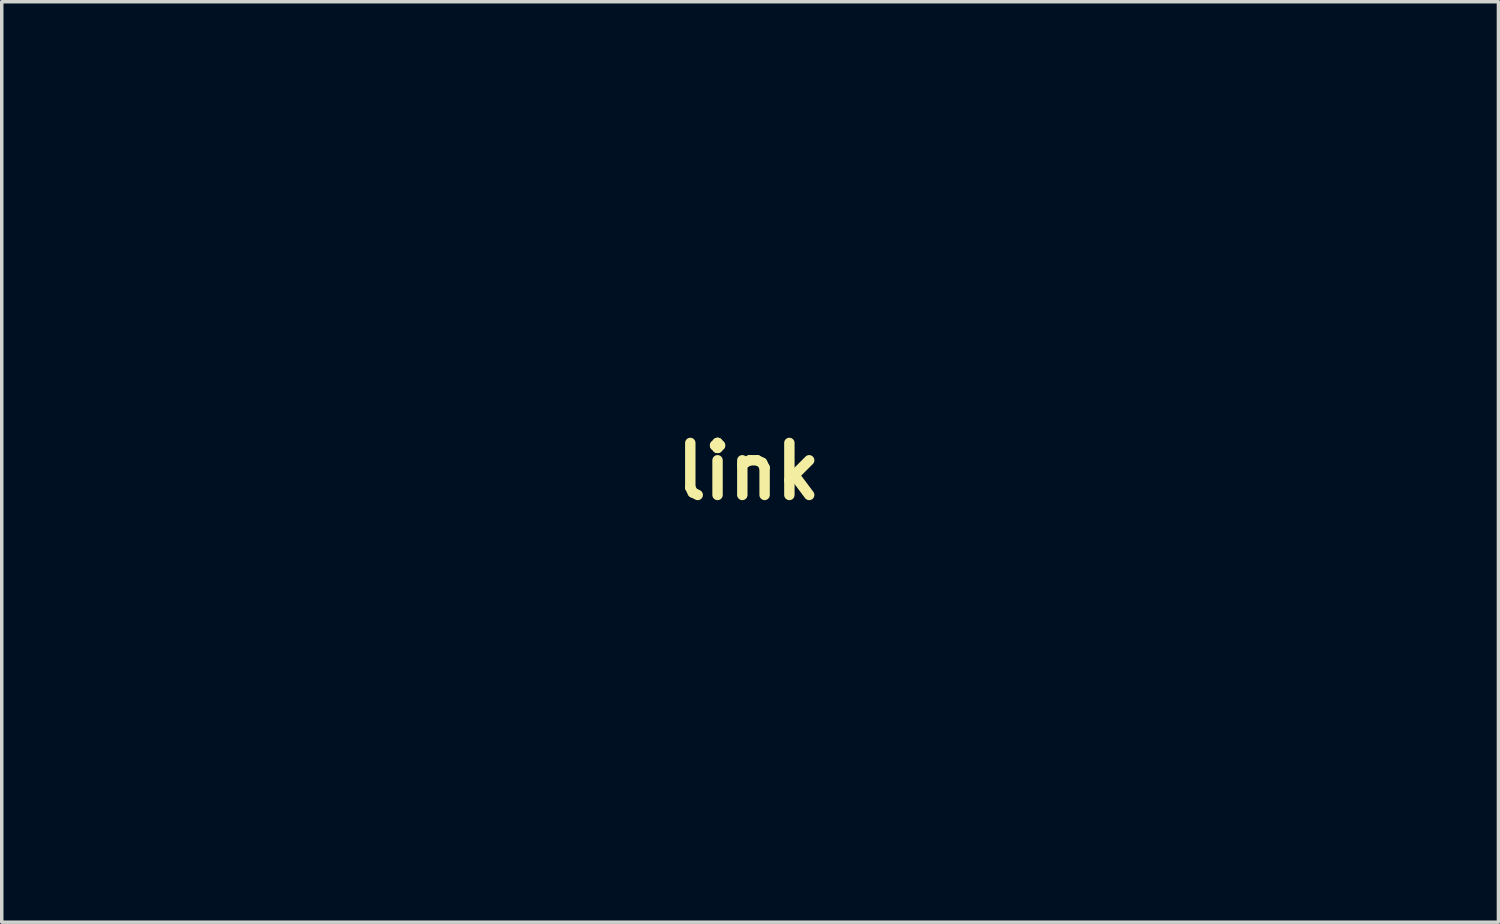
<source format=kicad_pcb>
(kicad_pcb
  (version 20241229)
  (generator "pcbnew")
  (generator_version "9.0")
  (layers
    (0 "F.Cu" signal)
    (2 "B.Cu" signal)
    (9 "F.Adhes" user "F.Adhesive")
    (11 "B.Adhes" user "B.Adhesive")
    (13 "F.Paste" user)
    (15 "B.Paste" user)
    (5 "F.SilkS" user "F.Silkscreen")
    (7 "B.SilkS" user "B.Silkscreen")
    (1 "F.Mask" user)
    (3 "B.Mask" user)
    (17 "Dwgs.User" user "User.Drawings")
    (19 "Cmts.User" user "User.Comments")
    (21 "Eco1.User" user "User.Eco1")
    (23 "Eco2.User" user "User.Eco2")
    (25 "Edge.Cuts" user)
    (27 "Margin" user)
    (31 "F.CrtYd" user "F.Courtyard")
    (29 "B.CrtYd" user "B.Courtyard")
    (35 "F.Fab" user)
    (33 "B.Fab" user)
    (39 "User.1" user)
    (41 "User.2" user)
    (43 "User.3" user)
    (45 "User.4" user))
  (footprint "link"
    (layer "F.Cu")
    (at 18.535 10.545)
    (property "Reference" "link" (at 0 0 0) (layer "F.SilkS") (effects (font (size 1.5 1.5) (thickness 0.3))))
    (attr board_only exclude_from_pos_files exclude_from_bom)
    (fp_poly (pts (xy -7.865 -7.347) (xy -7.836 -7.161) (xy -8.002 -6.788) (xy -8.375 -6.855) (xy -8.459 -6.928) (xy -8.514 -7.265) (xy -8.24 -7.538) (xy -8.09 -7.566)) (stroke (width 0) (type solid)) (fill yes) (layer "F.Mask"))
    (fp_poly (pts (xy -11.6 -9.123) (xy -11.541 -8.198) (xy -11.413 -7.428) (xy -11.325 -7.161) (xy -11.199 -7.05) (xy -11.15 -7.432) (xy -11.178 -8.327) (xy -11.192 -8.558) (xy -11.248 -9.457) (xy -10.496 -9.457) (xy -10.453 -9.074) (xy -10.359 -9.12) (xy -10.345 -9.345) (xy -9.436 -9.345) (xy -9.386 -8.994) (xy -9.294 -8.99) (xy -9.23 -9.352) (xy -9.273 -9.508) (xy -9.393 -9.61) (xy -9.436 -9.345) (xy -10.345 -9.345) (xy -10.324 -9.673) (xy -10.359 -9.795) (xy -10.458 -9.829) (xy -10.496 -9.457) (xy -11.248 -9.457) (xy -11.314 -10.496) (xy -9.913 -10.45) (xy -8.512 -10.403) (xy -8.512 -9.457) (xy -8.751 -7.94) (xy -9.409 -6.533) (xy -9.928 -5.877) (xy -10.431 -5.42) (xy -10.823 -5.172) (xy -11.007 -5.162) (xy -10.888 -5.422) (xy -10.715 -5.628) (xy -10.378 -6.362) (xy -10.299 -7.317) (xy -10.305 -7.55) (xy -9.728 -7.55) (xy -9.641 -7.304) (xy -9.442 -7.519) (xy -9.354 -7.715) (xy -9.335 -7.994) (xy -9.461 -7.969) (xy -9.718 -7.623) (xy -9.728 -7.55) (xy -10.305 -7.55) (xy -10.33 -8.512) (xy -10.529 -7.485) (xy -10.802 -6.53) (xy -11.133 -6.109) (xy -11.497 -6.22) (xy -11.872 -6.861) (xy -12.111 -7.566) (xy -12.264 -8.073) (xy -12.348 -8.184) (xy -12.386 -7.852) (xy -12.405 -7.027) (xy -12.405 -7.01) (xy -12.489 -6.048) (xy -12.676 -5.266) (xy -12.816 -4.983) (xy -13.034 -4.716) (xy -13.199 -4.667) (xy -13.348 -4.909) (xy -13.522 -5.515) (xy -13.759 -6.558) (xy -13.773 -6.62) (xy -13.24 -6.62) (xy -13.19 -5.862) (xy -13.05 -5.532) (xy -12.97 -5.539) (xy -12.786 -5.899) (xy -12.701 -6.552) (xy -12.7 -6.62) (xy -12.773 -7.288) (xy -12.95 -7.686) (xy -12.97 -7.701) (xy -13.141 -7.572) (xy -13.231 -6.983) (xy -13.24 -6.62) (xy -13.773 -6.62) (xy -13.832 -6.89) (xy -14.185 -8.512) (xy -14.321 -6.35) (xy -14.456 -4.188) (xy -14.666 -5.539) (xy -14.831 -6.604) (xy -14.994 -7.66) (xy -15.042 -7.971) (xy -15.163 -8.608) (xy -15.279 -8.762) (xy -15.421 -8.512) (xy -15.545 -7.953) (xy -15.642 -7.074) (xy -15.68 -6.35) (xy -15.721 -5.506) (xy -15.788 -5.159) (xy -15.893 -5.266) (xy -15.943 -5.404) (xy -16.095 -5.843) (xy -16.16 -5.8) (xy -16.19 -5.269) (xy -16.305 -4.542) (xy -16.507 -4.053) (xy -16.671 -3.919) (xy -16.686 -4.233) (xy -16.621 -4.688) (xy -16.563 -5.329) (xy -16.647 -5.587) (xy -16.697 -5.574) (xy -17.037 -5.642) (xy -17.493 -6.032) (xy -17.736 -6.35) (xy -16.213 -6.35) (xy -16.078 -6.215) (xy -15.943 -6.35) (xy -16.078 -6.485) (xy -16.213 -6.35) (xy -17.736 -6.35) (xy -17.924 -6.595) (xy -17.936 -6.62) (xy -17.023 -6.62) (xy -16.888 -6.485) (xy -16.753 -6.62) (xy -16.888 -6.755) (xy -17.023 -6.62) (xy -17.936 -6.62) (xy -18.183 -7.161) (xy -18.285 -7.566) (xy -16.44 -7.566) (xy -16.398 -7.182) (xy -16.304 -7.228) (xy -16.268 -7.781) (xy -16.304 -7.904) (xy -16.403 -7.938) (xy -16.44 -7.566) (xy -18.285 -7.566) (xy -18.42 -8.106) (xy -17.564 -8.106) (xy -17.429 -7.637) (xy -17.099 -7.612) (xy -16.952 -7.727) (xy -16.89 -8.092) (xy -17.08 -8.504) (xy -17.323 -8.647) (xy -17.519 -8.42) (xy -17.564 -8.106) (xy -18.42 -8.106) (xy -18.439 -8.182) (xy -18.531 -8.782) (xy -15.943 -8.782) (xy -15.807 -8.647) (xy -15.672 -8.782) (xy -15.807 -8.917) (xy -15.943 -8.782) (xy -18.531 -8.782) (xy -18.535 -8.81) (xy -18.449 -9.174) (xy -18.432 -9.187) (xy -16.753 -9.187) (xy -16.654 -8.965) (xy -16.573 -9.007) (xy -16.555 -9.187) (xy -13.511 -9.187) (xy -13.397 -8.748) (xy -13.24 -8.647) (xy -13.021 -8.873) (xy -12.992 -9.052) (xy -12.43 -9.052) (xy -12.295 -8.917) (xy -12.16 -9.052) (xy -12.295 -9.187) (xy -12.43 -9.052) (xy -12.992 -9.052) (xy -12.97 -9.187) (xy -13.083 -9.626) (xy -13.24 -9.728) (xy -13.46 -9.501) (xy -13.511 -9.187) (xy -16.555 -9.187) (xy -16.541 -9.328) (xy -16.573 -9.367) (xy -16.734 -9.33) (xy -16.753 -9.187) (xy -18.432 -9.187) (xy -18.158 -9.403) (xy -17.774 -9.57) (xy -17.004 -9.804) (xy -15.97 -10.018) (xy -15.267 -10.12) (xy -14.181 -10.245) (xy -13.142 -10.366) (xy -12.632 -10.426) (xy -11.619 -10.545)) (stroke (width 0) (type solid)) (fill yes) (layer "F.Mask"))
    (fp_poly (pts (xy -4.47 -10.095) (xy -4.089 -9.721) (xy -4.062 -9.66) (xy -3.879 -9.292) (xy -3.806 -9.422) (xy -3.8 -9.525) (xy -3.647 -9.94) (xy -3.318 -9.907) (xy -2.994 -9.525) (xy -2.776 -9.282) (xy -2.71 -9.39) (xy -2.533 -9.692) (xy -2.188 -9.689) (xy -1.921 -9.42) (xy -1.891 -9.253) (xy -1.962 -8.675) (xy -2.133 -7.905) (xy -2.153 -7.834) (xy -2.308 -7.234) (xy -2.281 -7.09) (xy -2.039 -7.339) (xy -1.95 -7.446) (xy -1.432 -8.113) (xy -1.045 -8.661) (xy -0.603 -9.322) (xy 0.847 -8.815) (xy 2.612 -8.146) (xy 3.971 -7.523) (xy 4.887 -6.966) (xy 5.319 -6.495) (xy 5.338 -6.44) (xy 5.504 -6.099) (xy 5.687 -6.236) (xy 5.942 -6.411) (xy 6.324 -6.144) (xy 6.327 -6.141) (xy 6.93 -5.704) (xy 7.297 -5.539) (xy 7.768 -5.201) (xy 7.746 -4.682) (xy 7.498 -4.317) (xy 7.428 -4.188) (xy 7.708 -4.389) (xy 7.755 -4.428) (xy 8.106 -4.687) (xy 8.41 -4.732) (xy 8.813 -4.519) (xy 9.465 -4.008) (xy 9.579 -3.915) (xy 10.238 -3.346) (xy 10.684 -2.905) (xy 10.809 -2.722) (xy 10.662 -2.408) (xy 10.294 -1.844) (xy 10.133 -1.621) (xy 9.716 -1.04) (xy 9.479 -0.675) (xy 9.457 -0.627) (xy 9.675 -0.688) (xy 10.234 -0.93) (xy 10.704 -1.152) (xy 11.95 -1.756) (xy 13 -0.573) (xy 13.586 0.191) (xy 13.965 0.893) (xy 14.051 1.242) (xy 14.163 1.706) (xy 14.426 1.731) (xy 14.828 1.836) (xy 15.315 2.312) (xy 15.368 2.385) (xy 15.936 3.182) (xy 14.453 3.784) (xy 13.662 4.142) (xy 13.124 4.457) (xy 12.97 4.625) (xy 13.121 4.851) (xy 13.555 4.643) (xy 13.827 4.417) (xy 14.209 4.181) (xy 14.313 4.319) (xy 14.1 4.72) (xy 13.984 4.858) (xy 13.981 4.922) (xy 14.324 4.7) (xy 14.765 4.371) (xy 15.426 3.886) (xy 15.903 3.575) (xy 16.044 3.513) (xy 16.302 3.744) (xy 16.626 4.319) (xy 16.938 5.057) (xy 17.166 5.781) (xy 17.233 6.312) (xy 17.227 6.35) (xy 17.226 6.788) (xy 17.533 6.84) (xy 17.608 6.822) (xy 18.009 6.879) (xy 18.091 7.241) (xy 17.831 7.76) (xy 17.766 7.837) (xy 17.571 8.078) (xy 17.758 7.967) (xy 17.878 7.878) (xy 18.308 7.687) (xy 18.513 7.841) (xy 18.626 8.162) (xy 18.604 8.212) (xy 18.142 8.5) (xy 17.422 8.897) (xy 16.599 9.325) (xy 15.832 9.701) (xy 15.278 9.947) (xy 15.107 9.998) (xy 15.095 9.84) (xy 15.414 9.441) (xy 15.644 9.214) (xy 16.161 8.694) (xy 16.457 8.328) (xy 16.483 8.261) (xy 16.281 8.253) (xy 15.778 8.457) (xy 15.129 8.797) (xy 14.488 9.195) (xy 14.186 9.417) (xy 14.045 9.488) (xy 14.236 9.226) (xy 14.591 8.826) (xy 15.132 8.232) (xy 15.324 7.961) (xy 15.188 7.942) (xy 14.786 8.085) (xy 13.976 8.28) (xy 13.34 8.312) (xy 12.951 8.261) (xy 12.874 8.134) (xy 13.028 7.964) (xy 13.511 7.964) (xy 13.717 7.985) (xy 14.201 7.838) (xy 14.528 7.701) (xy 15.672 7.701) (xy 15.807 7.836) (xy 15.943 7.701) (xy 15.807 7.566) (xy 15.672 7.701) (xy 14.528 7.701) (xy 14.758 7.605) (xy 15.184 7.365) (xy 15.283 7.269) (xy 15.312 7.037) (xy 15.27 7.026) (xy 14.926 7.138) (xy 14.38 7.402) (xy 13.845 7.703) (xy 13.53 7.929) (xy 13.511 7.964) (xy 13.028 7.964) (xy 13.145 7.836) (xy 13.686 7.366) (xy 14.363 6.787) (xy 15.943 6.787) (xy 16.109 6.934) (xy 16.213 6.89) (xy 16.473 6.532) (xy 16.483 6.453) (xy 16.316 6.307) (xy 16.213 6.35) (xy 15.953 6.708) (xy 15.943 6.787) (xy 14.363 6.787) (xy 14.727 6.477) (xy 13.722 6.886) (xy 12.934 7.19) (xy 12.556 7.272) (xy 12.508 7.141) (xy 12.593 6.98) (xy 12.607 6.78) (xy 12.301 6.851) (xy 11.973 6.936) (xy 12.074 6.729) (xy 12.923 6.729) (xy 13.28 6.669) (xy 13.925 6.319) (xy 14.209 6.08) (xy 15.402 6.08) (xy 15.537 6.215) (xy 15.672 6.08) (xy 15.537 5.945) (xy 15.402 6.08) (xy 14.209 6.08) (xy 14.417 5.904) (xy 14.6 5.559) (xy 14.576 5.539) (xy 15.943 5.539) (xy 16.078 5.674) (xy 16.213 5.539) (xy 16.078 5.404) (xy 15.943 5.539) (xy 14.576 5.539) (xy 14.414 5.406) (xy 14.389 5.406) (xy 14.067 5.563) (xy 13.524 5.952) (xy 13.376 6.071) (xy 12.933 6.52) (xy 12.923 6.729) (xy 12.074 6.729) (xy 12.078 6.72) (xy 12.156 6.624) (xy 12.374 6) (xy 12.363 5.026) (xy 15.234 5.026) (xy 15.357 5.12) (xy 15.78 4.965) (xy 15.935 4.874) (xy 16.202 4.593) (xy 16.185 4.476) (xy 15.887 4.504) (xy 15.518 4.723) (xy 15.234 5.026) (xy 12.363 5.026) (xy 12.362 4.994) (xy 12.304 4.238) (xy 12.398 3.851) (xy 12.713 3.666) (xy 12.936 3.607) (xy 13.861 3.312) (xy 14.381 2.982) (xy 14.437 2.671) (xy 14.133 2.611) (xy 13.742 2.872) (xy 13.372 3.188) (xy 13.309 3.132) (xy 13.405 2.859) (xy 13.445 2.614) (xy 13.221 2.651) (xy 12.658 2.989) (xy 12.516 3.082) (xy 11.818 3.487) (xy 11.045 3.852) (xy 10.344 4.12) (xy 9.861 4.234) (xy 9.728 4.179) (xy 9.887 3.93) (xy 10.069 3.697) (xy 10.661 3.697) (xy 10.944 3.569) (xy 11.606 3.164) (xy 12.024 2.866) (xy 12.359 2.558) (xy 12.254 2.448) (xy 12.139 2.441) (xy 11.682 2.621) (xy 11.125 3.073) (xy 11.058 3.144) (xy 10.676 3.584) (xy 10.661 3.697) (xy 10.069 3.697) (xy 10.294 3.412) (xy 10.596 3.049) (xy 11.051 2.501) (xy 11.158 2.33) (xy 10.926 2.509) (xy 10.732 2.681) (xy 10.144 3.131) (xy 9.887 3.19) (xy 9.988 2.914) (xy 10.475 2.358) (xy 10.541 2.294) (xy 10.869 1.923) (xy 12.7 1.923) (xy 12.866 2.07) (xy 12.97 2.027) (xy 13.23 1.669) (xy 13.24 1.589) (xy 13.074 1.443) (xy 12.97 1.486) (xy 12.71 1.844) (xy 12.7 1.923) (xy 10.869 1.923) (xy 10.902 1.887) (xy 11.681 1.887) (xy 11.705 1.891) (xy 11.93 1.716) (xy 12.365 1.284) (xy 12.444 1.201) (xy 12.764 0.796) (xy 12.754 0.649) (xy 12.688 0.666) (xy 12.367 0.9) (xy 12.001 1.295) (xy 11.727 1.68) (xy 11.681 1.887) (xy 10.902 1.887) (xy 11.033 1.739) (xy 11.315 1.267) (xy 11.367 0.973) (xy 11.167 0.955) (xy 10.77 1.242) (xy 10.21 1.848) (xy 9.69 2.567) (xy 9.346 3.031) (xy 9.195 3.007) (xy 9.188 2.925) (xy 9.347 2.496) (xy 9.76 1.796) (xy 10.331 0.967) (xy 10.962 0.149) (xy 11.256 -0.18) (xy 12.25 -0.18) (xy 12.287 -0.019) (xy 12.43 0) (xy 12.652 -0.099) (xy 12.61 -0.18) (xy 12.289 -0.212) (xy 12.25 -0.18) (xy 11.256 -0.18) (xy 11.546 -0.505) (xy 11.797 -0.862) (xy 11.793 -0.997) (xy 11.47 -0.981) (xy 10.864 -0.725) (xy 10.124 -0.315) (xy 9.4 0.165) (xy 8.84 0.63) (xy 8.733 0.746) (xy 8.143 1.449) (xy 8.229 0.792) (xy 8.393 0.116) (xy 8.691 -0.724) (xy 8.767 -0.907) (xy 9.069 -1.68) (xy 9.107 -1.987) (xy 8.889 -1.831) (xy 8.419 -1.214) (xy 8.024 -0.63) (xy 7.444 0.223) (xy 7.128 0.615) (xy 7.063 0.548) (xy 7.238 0.027) (xy 7.429 -0.442) (xy 7.665 -1.054) (xy 7.672 -1.288) (xy 7.45 -1.253) (xy 7.429 -1.244) (xy 6.806 -0.992) (xy 6.59 -0.905) (xy 6.312 -0.864) (xy 6.262 -1.144) (xy 6.349 -1.617) (xy 6.383 -1.797) (xy 6.946 -1.797) (xy 7.179 -1.815) (xy 7.407 -2.027) (xy 8.106 -2.027) (xy 8.241 -1.891) (xy 8.377 -2.027) (xy 8.241 -2.162) (xy 8.106 -2.027) (xy 7.407 -2.027) (xy 7.555 -2.164) (xy 7.918 -2.685) (xy 8.144 -3.107) (xy 8.917 -3.107) (xy 9.052 -2.972) (xy 9.998 -2.972) (xy 10.097 -2.75) (xy 10.178 -2.792) (xy 10.21 -3.113) (xy 10.178 -3.152) (xy 10.017 -3.115) (xy 9.998 -2.972) (xy 9.052 -2.972) (xy 9.187 -3.107) (xy 9.052 -3.243) (xy 8.917 -3.107) (xy 8.144 -3.107) (xy 8.233 -3.275) (xy 8.376 -3.655) (xy 8.377 -3.669) (xy 8.236 -3.701) (xy 7.897 -3.432) (xy 7.485 -2.992) (xy 7.125 -2.515) (xy 6.946 -2.159) (xy 6.946 -1.797) (xy 6.383 -1.797) (xy 6.461 -2.204) (xy 6.375 -2.347) (xy 6.01 -2.13) (xy 5.914 -2.062) (xy 5.201 -1.683) (xy 4.74 -1.694) (xy 4.594 -2.043) (xy 4.453 -2.317) (xy 4.277 -2.268) (xy 4.086 -2.247) (xy 4.17 -2.544) (xy 5.162 -2.544) (xy 5.433 -2.487) (xy 5.472 -2.499) (xy 5.803 -2.831) (xy 5.805 -2.837) (xy 6.485 -2.837) (xy 6.62 -2.702) (xy 6.755 -2.837) (xy 6.62 -2.972) (xy 6.485 -2.837) (xy 5.805 -2.837) (xy 5.908 -3.121) (xy 5.928 -3.465) (xy 5.697 -3.37) (xy 5.571 -3.268) (xy 5.214 -2.854) (xy 5.162 -2.544) (xy 4.17 -2.544) (xy 4.184 -2.59) (xy 4.368 -3.218) (xy 4.462 -3.751) (xy 5.134 -3.751) (xy 5.301 -3.605) (xy 5.404 -3.648) (xy 7.026 -3.648) (xy 7.161 -3.513) (xy 7.296 -3.648) (xy 7.161 -3.783) (xy 7.026 -3.648) (xy 5.404 -3.648) (xy 5.664 -4.006) (xy 5.674 -4.085) (xy 5.508 -4.232) (xy 5.404 -4.188) (xy 5.144 -3.83) (xy 5.134 -3.751) (xy 4.462 -3.751) (xy 4.509 -4.023) (xy 4.513 -4.053) (xy 4.548 -4.474) (xy 6.485 -4.474) (xy 6.626 -4.105) (xy 6.755 -4.053) (xy 7.018 -4.247) (xy 7.026 -4.307) (xy 6.829 -4.673) (xy 6.755 -4.729) (xy 6.524 -4.667) (xy 6.485 -4.474) (xy 4.548 -4.474) (xy 4.562 -4.641) (xy 4.498 -4.756) (xy 4.283 -4.459) (xy 4.283 -4.459) (xy 3.96 -3.831) (xy 3.629 -3.034) (xy 3.606 -2.972) (xy 3.385 -2.436) (xy 3.276 -2.4) (xy 3.254 -2.617) (xy 3.343 -3.332) (xy 3.506 -3.9) (xy 3.679 -4.453) (xy 3.627 -4.561) (xy 3.386 -4.253) (xy 2.994 -3.555) (xy 2.959 -3.487) (xy 2.6 -2.862) (xy 2.329 -2.531) (xy 2.256 -2.518) (xy 2.259 -2.832) (xy 2.41 -3.202) (xy 2.638 -3.723) (xy 2.691 -3.968) (xy 2.576 -3.917) (xy 2.309 -3.501) (xy 2.265 -3.421) (xy 1.914 -2.875) (xy 1.741 -2.801) (xy 1.772 -3.154) (xy 2.023 -3.868) (xy 2.22 -4.459) (xy 2.702 -4.459) (xy 2.837 -4.323) (xy 2.972 -4.459) (xy 2.837 -4.594) (xy 2.702 -4.459) (xy 2.22 -4.459) (xy 2.293 -4.674) (xy 2.352 -4.999) (xy 2.972 -4.999) (xy 3.107 -4.864) (xy 3.243 -4.999) (xy 3.783 -4.999) (xy 3.918 -4.864) (xy 4.053 -4.999) (xy 3.918 -5.134) (xy 3.783 -4.999) (xy 3.243 -4.999) (xy 3.107 -5.134) (xy 2.972 -4.999) (xy 2.352 -4.999) (xy 2.422 -5.38) (xy 2.424 -5.463) (xy 2.404 -5.776) (xy 3.079 -5.776) (xy 3.124 -5.648) (xy 3.336 -5.501) (xy 3.358 -5.539) (xy 5.945 -5.539) (xy 6.08 -5.404) (xy 6.215 -5.539) (xy 6.08 -5.674) (xy 5.945 -5.539) (xy 3.358 -5.539) (xy 3.525 -5.828) (xy 3.615 -6.215) (xy 4.323 -6.215) (xy 4.422 -5.992) (xy 4.504 -6.035) (xy 4.536 -6.355) (xy 4.504 -6.395) (xy 4.343 -6.358) (xy 4.323 -6.215) (xy 3.615 -6.215) (xy 3.635 -6.302) (xy 3.609 -6.467) (xy 3.369 -6.468) (xy 3.148 -6.164) (xy 3.079 -5.776) (xy 2.404 -5.776) (xy 2.397 -5.894) (xy 2.267 -5.815) (xy 2.101 -5.539) (xy 1.852 -4.961) (xy 1.578 -4.107) (xy 1.456 -3.648) (xy 1.264 -2.881) (xy 1.163 -2.606) (xy 1.121 -2.787) (xy 1.104 -3.293) (xy 1.162 -4.175) (xy 1.333 -4.95) (xy 1.344 -4.981) (xy 1.494 -5.483) (xy 1.477 -5.674) (xy 1.308 -5.449) (xy 1.034 -4.879) (xy 0.91 -4.582) (xy 0.585 -3.838) (xy 0.4 -3.551) (xy 0.346 -3.659) (xy 0.411 -4.102) (xy 0.588 -4.818) (xy 0.865 -5.744) (xy 1.026 -6.215) (xy 1.621 -6.215) (xy 1.72 -5.992) (xy 1.801 -6.035) (xy 1.834 -6.355) (xy 1.801 -6.395) (xy 1.641 -6.358) (xy 1.621 -6.215) (xy 1.026 -6.215) (xy 1.223 -6.789) (xy 2.772 -6.789) (xy 2.927 -6.89) (xy 3.783 -6.89) (xy 3.918 -6.755) (xy 4.053 -6.89) (xy 3.918 -7.026) (xy 3.783 -6.89) (xy 2.927 -6.89) (xy 2.97 -6.919) (xy 3.006 -6.953) (xy 3.219 -7.308) (xy 3.19 -7.438) (xy 2.989 -7.357) (xy 2.855 -7.105) (xy 2.772 -6.789) (xy 1.223 -6.789) (xy 1.233 -6.819) (xy 1.285 -6.961) (xy 1.236 -7.161) (xy 1.891 -7.161) (xy 2.027 -7.026) (xy 2.162 -7.161) (xy 2.027 -7.296) (xy 1.891 -7.161) (xy 1.236 -7.161) (xy 1.23 -7.184) (xy 0.976 -7.135) (xy 0.6 -6.888) (xy 0.54 -6.76) (xy 0.44 -6.384) (xy 0.185 -5.744) (xy -0.153 -4.99) (xy -0.503 -4.276) (xy -0.794 -3.751) (xy -0.955 -3.568) (xy -0.958 -3.57) (xy -0.942 -3.87) (xy -0.777 -4.526) (xy -0.541 -5.267) (xy -0.163 -6.465) (xy -0.018 -7.195) (xy -0.104 -7.474) (xy -0.281 -7.424) (xy -0.443 -7.492) (xy -0.371 -8.016) (xy -0.272 -8.523) (xy -0.381 -8.596) (xy -0.618 -8.421) (xy -1.123 -7.851) (xy -1.665 -7.012) (xy -2.134 -6.104) (xy -2.42 -5.329) (xy -2.459 -5.086) (xy -2.488 -4.66) (xy -2.559 -4.732) (xy -2.678 -5.134) (xy -2.87 -5.81) (xy -3.213 -5.178) (xy -3.532 -4.721) (xy -3.69 -4.714) (xy -3.645 -5.079) (xy -3.436 -5.582) (xy -3.081 -6.425) (xy -2.858 -7.14) (xy -2.76 -7.66) (xy -2.863 -7.745) (xy -3.09 -7.58) (xy -3.426 -7.367) (xy -3.529 -7.558) (xy -3.532 -7.6) (xy -3.594 -7.829) (xy -3.709 -7.649) (xy -3.842 -7.186) (xy -3.96 -6.565) (xy -4.029 -5.913) (xy -4.034 -5.758) (xy -4.112 -5.011) (xy -4.282 -4.514) (xy -4.352 -4.441) (xy -4.528 -4.518) (xy -4.58 -5.069) (xy -4.554 -5.629) (xy -4.459 -7.001) (xy -5.032 -6.281) (xy -5.606 -5.56) (xy -5.824 -6.496) (xy -5.955 -7.34) (xy -5.962 -7.753) (xy -5.4 -7.753) (xy -5.365 -7.079) (xy -5.256 -6.897) (xy -5.134 -7.026) (xy -4.948 -7.572) (xy -4.868 -8.32) (xy -4.868 -8.325) (xy -4.933 -8.904) (xy -5.11 -9.064) (xy -5.134 -9.052) (xy -5.301 -8.7) (xy -5.394 -8.021) (xy -5.4 -7.753) (xy -5.962 -7.753) (xy -5.968 -8.079) (xy -5.967 -8.094) (xy -5.954 -8.546) (xy -6.139 -8.54) (xy -6.34 -8.385) (xy -6.645 -8.177) (xy -6.692 -8.356) (xy -6.608 -8.735) (xy -6.556 -9.275) (xy -6.696 -9.457) (xy -6.902 -9.22) (xy -7.06 -8.635) (xy -7.077 -8.506) (xy -7.063 -7.7) (xy -6.886 -6.889) (xy -6.603 -6.247) (xy -6.271 -5.949) (xy -6.228 -5.945) (xy -5.955 -5.74) (xy -5.945 -5.665) (xy -6.118 -5.524) (xy -6.45 -5.656) (xy -7.066 -6.263) (xy -7.485 -7.238) (xy -7.653 -8.427) (xy -7.632 -8.985) (xy -7.533 -9.76) (xy -7.363 -10.138) (xy -7.025 -10.259) (xy -6.751 -10.268) (xy -6.152 -10.161) (xy -5.853 -9.93) (xy -5.731 -9.731) (xy -5.696 -9.93) (xy -5.474 -10.233) (xy -4.998 -10.277)) (stroke (width 0) (type solid)) (fill yes) (layer "F.Mask")))
  (gr_rect
    (start -3 -3)
    (end 40.161 23.543)
    (stroke (width 0.1) (type default))
    (fill no)
    (layer "Edge.Cuts")))
</source>
